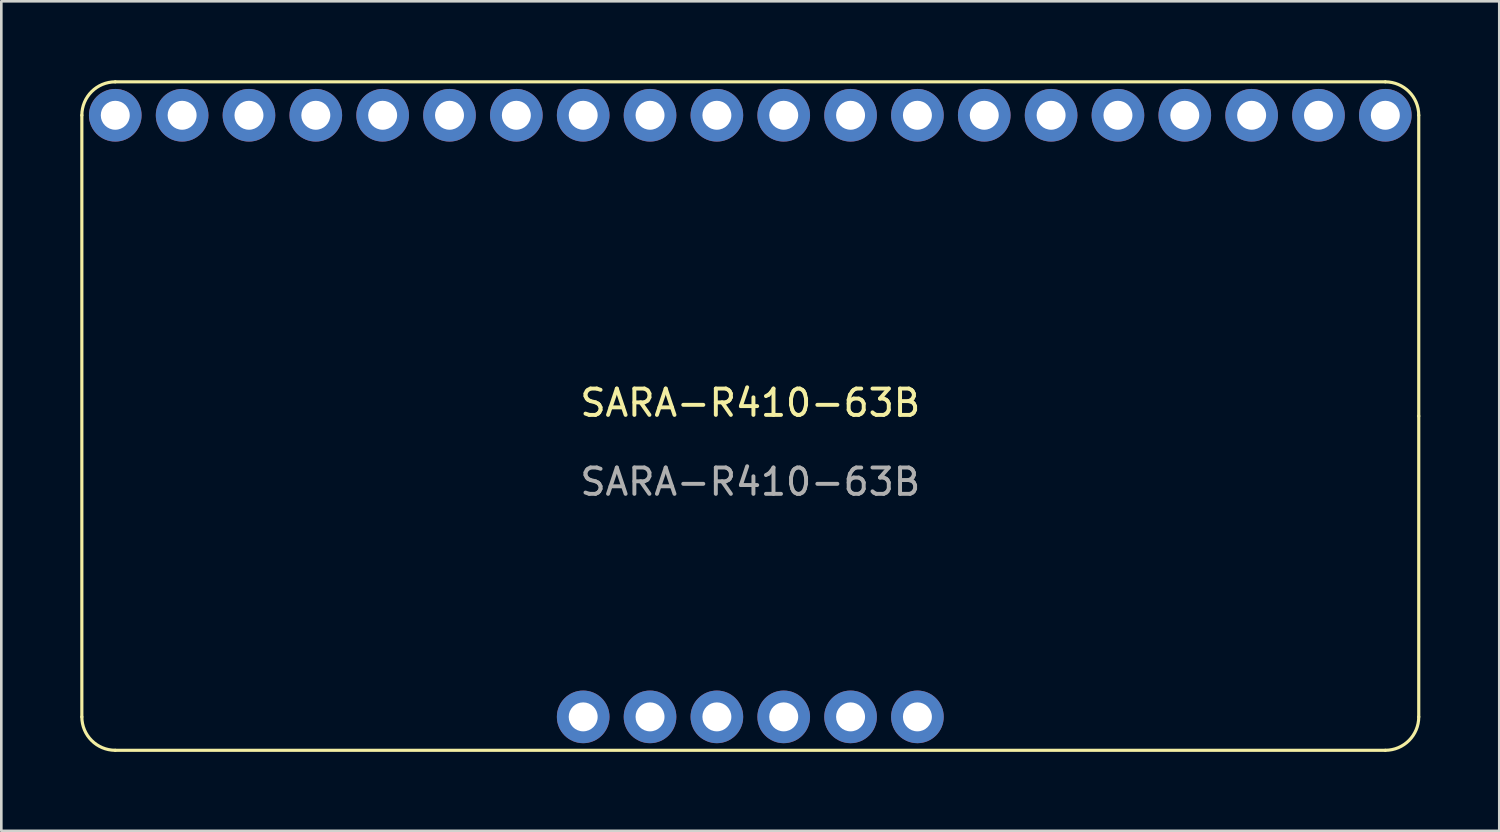
<source format=kicad_pcb>
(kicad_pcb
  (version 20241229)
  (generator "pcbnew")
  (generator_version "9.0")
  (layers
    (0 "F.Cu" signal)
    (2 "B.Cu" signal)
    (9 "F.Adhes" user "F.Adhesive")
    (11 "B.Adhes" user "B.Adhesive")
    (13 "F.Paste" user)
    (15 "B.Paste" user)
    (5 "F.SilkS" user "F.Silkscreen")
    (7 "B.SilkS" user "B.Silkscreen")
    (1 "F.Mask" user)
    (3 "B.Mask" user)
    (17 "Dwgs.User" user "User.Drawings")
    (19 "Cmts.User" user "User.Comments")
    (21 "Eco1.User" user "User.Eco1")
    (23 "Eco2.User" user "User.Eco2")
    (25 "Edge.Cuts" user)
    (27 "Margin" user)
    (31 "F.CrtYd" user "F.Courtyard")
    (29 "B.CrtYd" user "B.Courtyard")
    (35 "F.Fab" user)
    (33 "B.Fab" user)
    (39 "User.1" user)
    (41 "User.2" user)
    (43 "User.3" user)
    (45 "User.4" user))
  (footprint "SARA-R410-63B"
    (layer "F.Cu")
    (at 25.46 12.76)
    (property "Reference" "SARA-R410-63B" (at 0 -0.5 0) (unlocked yes) (layer "F.SilkS") (effects (font (size 1 1) (thickness 0.15))))
    (attr through_hole)
    (fp_line (start -25.4 -11.43) (end -25.4 11.43) (stroke (width 0.12) (type solid)) (layer "F.SilkS"))
    (fp_line (start -24.13 12.7) (end 24.13 12.7) (stroke (width 0.12) (type solid)) (layer "F.SilkS"))
    (fp_line (start 24.13 -12.7) (end -24.13 -12.7) (stroke (width 0.12) (type solid)) (layer "F.SilkS"))
    (fp_line (start 25.4 0) (end 25.4 -11.43) (stroke (width 0.12) (type solid)) (layer "F.SilkS"))
    (fp_line (start 25.4 11.43) (end 25.4 0) (stroke (width 0.12) (type solid)) (layer "F.SilkS"))
    (fp_arc (start -25.4 -11.43) (mid -25.028026 -12.328026) (end -24.13 -12.7) (stroke (width 0.12) (type solid)) (layer "F.SilkS"))
    (fp_arc (start -24.13 12.7) (mid -25.028026 12.328026) (end -25.4 11.43) (stroke (width 0.12) (type solid)) (layer "F.SilkS"))
    (fp_arc (start 24.13 -12.7) (mid 25.028026 -12.328026) (end 25.4 -11.43) (stroke (width 0.12) (type solid)) (layer "F.SilkS"))
    (fp_arc (start 25.4 11.43) (mid 25.028026 12.328026) (end 24.13 12.7) (stroke (width 0.12) (type solid)) (layer "F.SilkS"))
    (fp_text user "${REFERENCE}" (at 0 2.5 0) (unlocked yes) (layer "F.Fab") (effects (font (size 1 1) (thickness 0.15))))
    (pad "1" thru_hole circle (at 24.13 -11.43 180) (size 2 2) (drill 1.1) (layers "*.Cu" "*.Mask"))
    (pad "2" thru_hole circle (at 21.59 -11.43 180) (size 2 2) (drill 1.1) (layers "*.Cu" "*.Mask"))
    (pad "3" thru_hole circle (at 19.05 -11.43 180) (size 2 2) (drill 1.1) (layers "*.Cu" "*.Mask"))
    (pad "4" thru_hole circle (at 16.51 -11.43 180) (size 2 2) (drill 1.1) (layers "*.Cu" "*.Mask"))
    (pad "5" thru_hole circle (at 13.97 -11.43 180) (size 2 2) (drill 1.1) (layers "*.Cu" "*.Mask"))
    (pad "6" thru_hole circle (at 11.43 -11.43 180) (size 2 2) (drill 1.1) (layers "*.Cu" "*.Mask"))
    (pad "7" thru_hole circle (at 8.89 -11.43 180) (size 2 2) (drill 1.1) (layers "*.Cu" "*.Mask"))
    (pad "8" thru_hole circle (at 6.35 -11.43 180) (size 2 2) (drill 1.1) (layers "*.Cu" "*.Mask"))
    (pad "9" thru_hole circle (at 3.81 -11.43 180) (size 2 2) (drill 1.1) (layers "*.Cu" "*.Mask"))
    (pad "10" thru_hole circle (at 1.27 -11.43 180) (size 2 2) (drill 1.1) (layers "*.Cu" "*.Mask"))
    (pad "11" thru_hole circle (at -1.27 -11.43 180) (size 2 2) (drill 1.1) (layers "*.Cu" "*.Mask"))
    (pad "12" thru_hole circle (at -3.81 -11.43 180) (size 2 2) (drill 1.1) (layers "*.Cu" "*.Mask"))
    (pad "13" thru_hole circle (at -6.35 -11.43 180) (size 2 2) (drill 1.1) (layers "*.Cu" "*.Mask"))
    (pad "14" thru_hole circle (at -8.89 -11.43 180) (size 2 2) (drill 1.1) (layers "*.Cu" "*.Mask"))
    (pad "15" thru_hole circle (at -11.43 -11.43 180) (size 2 2) (drill 1.1) (layers "*.Cu" "*.Mask"))
    (pad "16" thru_hole circle (at -13.97 -11.43 180) (size 2 2) (drill 1.1) (layers "*.Cu" "*.Mask"))
    (pad "17" thru_hole circle (at -16.51 -11.43 180) (size 2 2) (drill 1.1) (layers "*.Cu" "*.Mask"))
    (pad "18" thru_hole circle (at -19.05 -11.43 180) (size 2 2) (drill 1.1) (layers "*.Cu" "*.Mask"))
    (pad "19" thru_hole circle (at -21.59 -11.43 180) (size 2 2) (drill 1.1) (layers "*.Cu" "*.Mask"))
    (pad "20" thru_hole circle (at -24.13 -11.43 180) (size 2 2) (drill 1.1) (layers "*.Cu" "*.Mask"))
    (pad "21" thru_hole circle (at -6.35 11.43) (size 2 2) (drill 1.1) (layers "*.Cu" "*.Mask"))
    (pad "22" thru_hole circle (at -3.81 11.43) (size 2 2) (drill 1.1) (layers "*.Cu" "*.Mask"))
    (pad "23" thru_hole circle (at -1.27 11.43) (size 2 2) (drill 1.1) (layers "*.Cu" "*.Mask"))
    (pad "24" thru_hole circle (at 1.27 11.43) (size 2 2) (drill 1.1) (layers "*.Cu" "*.Mask"))
    (pad "25" thru_hole circle (at 3.81 11.43) (size 2 2) (drill 1.1) (layers "*.Cu" "*.Mask"))
    (pad "26" thru_hole circle (at 6.35 11.43) (size 2 2) (drill 1.1) (layers "*.Cu" "*.Mask")))
  (gr_rect
    (start -3 -3)
    (end 53.92 28.52)
    (stroke (width 0.1) (type default))
    (fill no)
    (layer "Edge.Cuts")))
</source>
